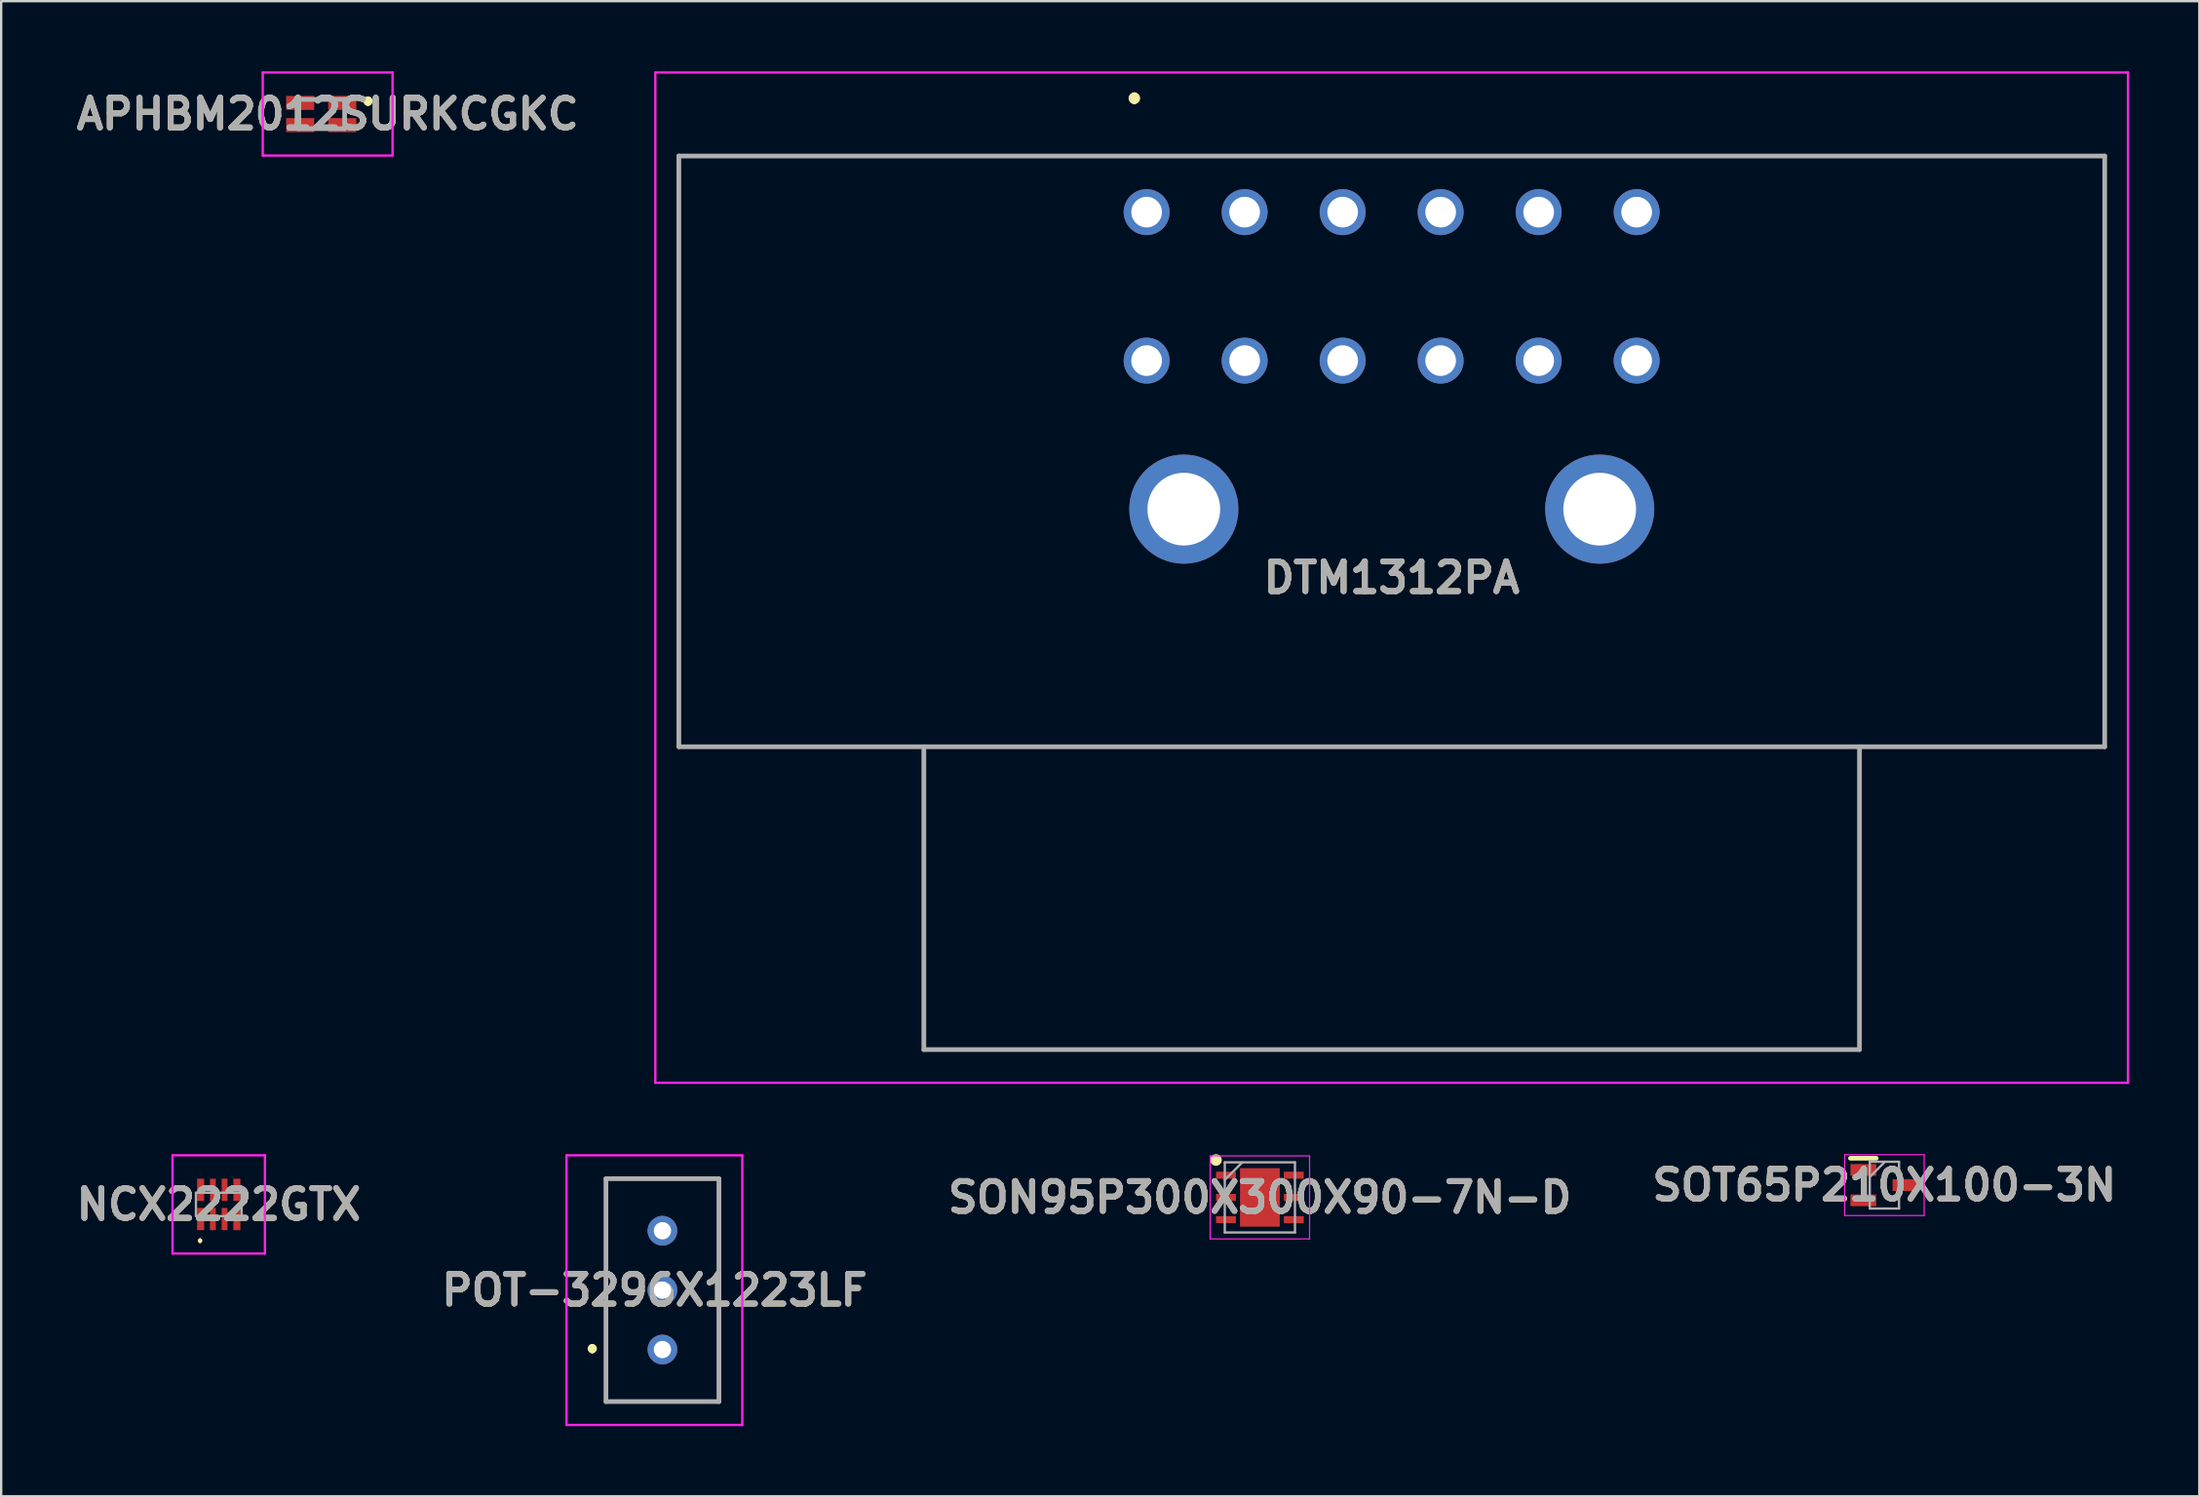
<source format=kicad_pcb>
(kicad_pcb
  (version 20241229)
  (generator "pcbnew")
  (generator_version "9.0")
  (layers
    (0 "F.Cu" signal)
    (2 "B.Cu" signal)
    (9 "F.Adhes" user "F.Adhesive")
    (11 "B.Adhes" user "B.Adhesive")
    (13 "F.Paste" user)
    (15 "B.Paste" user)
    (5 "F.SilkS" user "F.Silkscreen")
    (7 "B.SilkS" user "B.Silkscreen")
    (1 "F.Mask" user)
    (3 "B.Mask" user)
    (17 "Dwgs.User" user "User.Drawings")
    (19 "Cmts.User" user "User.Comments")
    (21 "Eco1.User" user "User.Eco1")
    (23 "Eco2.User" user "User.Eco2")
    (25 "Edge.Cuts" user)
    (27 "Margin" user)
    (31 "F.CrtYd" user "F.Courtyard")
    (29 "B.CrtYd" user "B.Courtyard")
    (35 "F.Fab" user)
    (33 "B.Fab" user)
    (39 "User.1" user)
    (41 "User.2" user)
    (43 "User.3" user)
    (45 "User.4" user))
  (footprint "POT-3296X1223LF"
    (layer "F.Cu")
    (at 25.271 52.115)
    (property "Reference" "POT-3296X1223LF" (at -0.342 0 0) (layer "F.SilkS") (effects (font (size 1.27 1.27) (thickness 0.254))))
    (attr through_hole)
    (fp_line (start -3 2.4) (end -3 2.4) (stroke (width 0.2) (type solid)) (layer "F.SilkS"))
    (fp_line (start -3 2.6) (end -3 2.6) (stroke (width 0.2) (type solid)) (layer "F.SilkS"))
    (fp_line (start -2.415 -4.765) (end 2.415 -4.765) (stroke (width 0.1) (type solid)) (layer "F.SilkS"))
    (fp_line (start -2.415 4.765) (end -2.415 -4.765) (stroke (width 0.1) (type solid)) (layer "F.SilkS"))
    (fp_line (start 2.415 -4.765) (end 2.415 4.765) (stroke (width 0.1) (type solid)) (layer "F.SilkS"))
    (fp_line (start 2.415 4.765) (end -2.415 4.765) (stroke (width 0.1) (type solid)) (layer "F.SilkS"))
    (fp_arc (start -3 2.4) (mid -2.9 2.5) (end -3 2.6) (stroke (width 0.2) (type solid)) (layer "F.SilkS"))
    (fp_arc (start -3 2.6) (mid -3.1 2.5) (end -3 2.4) (stroke (width 0.2) (type solid)) (layer "F.SilkS"))
    (fp_line (start -4.1 -5.765) (end 3.415 -5.765) (stroke (width 0.1) (type solid)) (layer "F.CrtYd"))
    (fp_line (start -4.1 5.765) (end -4.1 -5.765) (stroke (width 0.1) (type solid)) (layer "F.CrtYd"))
    (fp_line (start 3.415 -5.765) (end 3.415 5.765) (stroke (width 0.1) (type solid)) (layer "F.CrtYd"))
    (fp_line (start 3.415 5.765) (end -4.1 5.765) (stroke (width 0.1) (type solid)) (layer "F.CrtYd"))
    (fp_line (start -2.415 -4.765) (end 2.415 -4.765) (stroke (width 0.2) (type solid)) (layer "F.Fab"))
    (fp_line (start -2.415 4.765) (end -2.415 -4.765) (stroke (width 0.2) (type solid)) (layer "F.Fab"))
    (fp_line (start 2.415 -4.765) (end 2.415 4.765) (stroke (width 0.2) (type solid)) (layer "F.Fab"))
    (fp_line (start 2.415 4.765) (end -2.415 4.765) (stroke (width 0.2) (type solid)) (layer "F.Fab"))
    (fp_text user "${REFERENCE}" (at -0.342 0 0) (layer "F.Fab") (effects (font (size 1.27 1.27) (thickness 0.254))))
    (pad "1" thru_hole circle (at 0 2.54) (size 1.269 1.269) (drill 0.74) (layers "*.Cu" "*.Mask"))
    (pad "2" thru_hole circle (at 0 0) (size 1.269 1.269) (drill 0.74) (layers "*.Cu" "*.Mask"))
    (pad "3" thru_hole circle (at 0 -2.54) (size 1.269 1.269) (drill 0.74) (layers "*.Cu" "*.Mask")))
  (footprint "SON95P300X300X90-7N-D"
    (layer "F.Cu")
    (at 50.813 48.15)
    (property "Reference" "SON95P300X300X90-7N-D" (at 0 0 0) (layer "F.SilkS") (effects (font (size 1.27 1.27) (thickness 0.254))))
    (attr smd)
    (fp_circle (center -1.875 -1.6) (end -1.875 -1.475) (stroke (width 0.25) (type solid)) (fill no) (layer "F.SilkS"))
    (fp_line (start -2.125 -1.775) (end 2.125 -1.775) (stroke (width 0.05) (type solid)) (layer "F.CrtYd"))
    (fp_line (start -2.125 1.775) (end -2.125 -1.775) (stroke (width 0.05) (type solid)) (layer "F.CrtYd"))
    (fp_line (start 2.125 -1.775) (end 2.125 1.775) (stroke (width 0.05) (type solid)) (layer "F.CrtYd"))
    (fp_line (start 2.125 1.775) (end -2.125 1.775) (stroke (width 0.05) (type solid)) (layer "F.CrtYd"))
    (fp_line (start -1.5 -1.5) (end 1.5 -1.5) (stroke (width 0.1) (type solid)) (layer "F.Fab"))
    (fp_line (start -1.5 -0.75) (end -0.75 -1.5) (stroke (width 0.1) (type solid)) (layer "F.Fab"))
    (fp_line (start -1.5 1.5) (end -1.5 -1.5) (stroke (width 0.1) (type solid)) (layer "F.Fab"))
    (fp_line (start 1.5 -1.5) (end 1.5 1.5) (stroke (width 0.1) (type solid)) (layer "F.Fab"))
    (fp_line (start 1.5 1.5) (end -1.5 1.5) (stroke (width 0.1) (type solid)) (layer "F.Fab"))
    (fp_text user "${REFERENCE}" (at 0 0 0) (layer "F.Fab") (effects (font (size 1.27 1.27) (thickness 0.254))))
    (pad "1" smd rect (at -1.45 -0.95 90) (size 0.3 0.85) (layers "F.Cu" "F.Mask" "F.Paste"))
    (pad "2" smd rect (at -1.45 0 90) (size 0.3 0.85) (layers "F.Cu" "F.Mask" "F.Paste"))
    (pad "3" smd rect (at -1.45 0.95 90) (size 0.3 0.85) (layers "F.Cu" "F.Mask" "F.Paste"))
    (pad "4" smd rect (at 1.45 0.95 90) (size 0.3 0.85) (layers "F.Cu" "F.Mask" "F.Paste"))
    (pad "5" smd rect (at 1.45 0 90) (size 0.3 0.85) (layers "F.Cu" "F.Mask" "F.Paste"))
    (pad "6" smd rect (at 1.45 -0.95 90) (size 0.3 0.85) (layers "F.Cu" "F.Mask" "F.Paste"))
    (pad "7" smd rect (at 0 0) (size 1.7 2.5) (layers "F.Cu" "F.Mask" "F.Paste")))
  (footprint "NCX2222GTX"
    (layer "F.Cu")
    (at 6.302 48.45)
    (property "Reference" "NCX2222GTX" (at 0 0 0) (layer "F.SilkS") (effects (font (size 1.27 1.27) (thickness 0.254))))
    (attr smd)
    (fp_line (start -0.8 1.5) (end -0.8 1.5) (stroke (width 0.1) (type solid)) (layer "F.SilkS"))
    (fp_line (start -0.8 1.6) (end -0.8 1.6) (stroke (width 0.1) (type solid)) (layer "F.SilkS"))
    (fp_arc (start -0.8 1.5) (mid -0.75 1.55) (end -0.8 1.6) (stroke (width 0.1) (type solid)) (layer "F.SilkS"))
    (fp_arc (start -0.8 1.6) (mid -0.85 1.55) (end -0.8 1.5) (stroke (width 0.1) (type solid)) (layer "F.SilkS"))
    (fp_line (start -1.975 -2.1) (end 1.975 -2.1) (stroke (width 0.1) (type solid)) (layer "F.CrtYd"))
    (fp_line (start -1.975 2.1) (end -1.975 -2.1) (stroke (width 0.1) (type solid)) (layer "F.CrtYd"))
    (fp_line (start 1.975 -2.1) (end 1.975 2.1) (stroke (width 0.1) (type solid)) (layer "F.CrtYd"))
    (fp_line (start 1.975 2.1) (end -1.975 2.1) (stroke (width 0.1) (type solid)) (layer "F.CrtYd"))
    (fp_line (start -0.975 -0.5) (end 0.975 -0.5) (stroke (width 0.1) (type solid)) (layer "F.Fab"))
    (fp_line (start -0.975 0.5) (end -0.975 -0.5) (stroke (width 0.1) (type solid)) (layer "F.Fab"))
    (fp_line (start 0.975 -0.5) (end 0.975 0.5) (stroke (width 0.1) (type solid)) (layer "F.Fab"))
    (fp_line (start 0.975 0.5) (end -0.975 0.5) (stroke (width 0.1) (type solid)) (layer "F.Fab"))
    (fp_text user "${REFERENCE}" (at 0 0 0) (layer "F.Fab") (effects (font (size 1.27 1.27) (thickness 0.254))))
    (pad "1" smd rect (at -0.775 0.625) (size 0.3 0.95) (layers "F.Cu" "F.Mask" "F.Paste"))
    (pad "2" smd rect (at -0.25 0.625) (size 0.25 0.95) (layers "F.Cu" "F.Mask" "F.Paste"))
    (pad "3" smd rect (at 0.25 0.625) (size 0.25 0.95) (layers "F.Cu" "F.Mask" "F.Paste"))
    (pad "4" smd rect (at 0.775 0.625) (size 0.3 0.95) (layers "F.Cu" "F.Mask" "F.Paste"))
    (pad "5" smd rect (at 0.775 -0.625) (size 0.3 0.95) (layers "F.Cu" "F.Mask" "F.Paste"))
    (pad "6" smd rect (at 0.25 -0.625) (size 0.25 0.95) (layers "F.Cu" "F.Mask" "F.Paste"))
    (pad "7" smd rect (at -0.25 -0.625) (size 0.25 0.95) (layers "F.Cu" "F.Mask" "F.Paste"))
    (pad "8" smd rect (at -0.775 -0.625) (size 0.3 0.95) (layers "F.Cu" "F.Mask" "F.Paste")))
  (footprint "DTM1312PA"
    (layer "F.Cu")
    (at 45.972 6.02)
    (property "Reference" "DTM1312PA" (at 10.475 15.63 0) (layer "F.SilkS") (effects (font (size 1.27 1.27) (thickness 0.254))))
    (attr through_hole)
    (fp_line (start -20 -2.4) (end 40.96 -2.4) (stroke (width 0.1) (type solid)) (layer "F.SilkS"))
    (fp_line (start -20 22.86) (end -20 -2.4) (stroke (width 0.1) (type solid)) (layer "F.SilkS"))
    (fp_line (start -0.525 -4.97) (end -0.525 -4.97) (stroke (width 0.3) (type solid)) (layer "F.SilkS"))
    (fp_line (start -0.525 -4.77) (end -0.525 -4.77) (stroke (width 0.3) (type solid)) (layer "F.SilkS"))
    (fp_line (start 40.96 -2.4) (end 40.96 22.86) (stroke (width 0.1) (type solid)) (layer "F.SilkS"))
    (fp_line (start 40.96 22.86) (end -20 22.86) (stroke (width 0.1) (type solid)) (layer "F.SilkS"))
    (fp_arc (start -0.525 -4.97) (mid -0.425 -4.87) (end -0.525 -4.77) (stroke (width 0.3) (type solid)) (layer "F.SilkS"))
    (fp_arc (start -0.525 -4.77) (mid -0.625 -4.87) (end -0.525 -4.97) (stroke (width 0.3) (type solid)) (layer "F.SilkS"))
    (fp_line (start -21.005 -5.97) (end 41.955 -5.97) (stroke (width 0.1) (type solid)) (layer "F.CrtYd"))
    (fp_line (start -21.005 37.23) (end -21.005 -5.97) (stroke (width 0.1) (type solid)) (layer "F.CrtYd"))
    (fp_line (start 41.955 -5.97) (end 41.955 37.23) (stroke (width 0.1) (type solid)) (layer "F.CrtYd"))
    (fp_line (start 41.955 37.23) (end -21.005 37.23) (stroke (width 0.1) (type solid)) (layer "F.CrtYd"))
    (fp_line (start -20 -2.4) (end -20 22.86) (stroke (width 0.2) (type solid)) (layer "F.Fab"))
    (fp_line (start -20 22.86) (end 40.96 22.86) (stroke (width 0.2) (type solid)) (layer "F.Fab"))
    (fp_line (start -9.525 22.86) (end -9.525 35.81) (stroke (width 0.2) (type solid)) (layer "F.Fab"))
    (fp_line (start -9.525 35.81) (end 30.475 35.81) (stroke (width 0.2) (type solid)) (layer "F.Fab"))
    (fp_line (start 30.475 35.81) (end 30.475 22.86) (stroke (width 0.2) (type solid)) (layer "F.Fab"))
    (fp_line (start 40.96 -2.4) (end -20 -2.4) (stroke (width 0.2) (type solid)) (layer "F.Fab"))
    (fp_line (start 40.96 22.86) (end 40.96 -2.4) (stroke (width 0.2) (type solid)) (layer "F.Fab"))
    (fp_text user "${REFERENCE}" (at 10.475 15.63 0) (layer "F.Fab") (effects (font (size 1.27 1.27) (thickness 0.254))))
    (pad "1" thru_hole circle (at 0 0) (size 1.965 1.965) (drill 1.31) (layers "*.Cu" "*.Mask"))
    (pad "2" thru_hole circle (at 4.19 0) (size 1.965 1.965) (drill 1.31) (layers "*.Cu" "*.Mask"))
    (pad "3" thru_hole circle (at 8.38 0) (size 1.965 1.965) (drill 1.31) (layers "*.Cu" "*.Mask"))
    (pad "4" thru_hole circle (at 12.57 0) (size 1.965 1.965) (drill 1.31) (layers "*.Cu" "*.Mask"))
    (pad "5" thru_hole circle (at 16.76 0) (size 1.965 1.965) (drill 1.31) (layers "*.Cu" "*.Mask"))
    (pad "6" thru_hole circle (at 20.95 0) (size 1.965 1.965) (drill 1.31) (layers "*.Cu" "*.Mask"))
    (pad "7" thru_hole circle (at 20.95 6.35) (size 1.965 1.965) (drill 1.31) (layers "*.Cu" "*.Mask"))
    (pad "8" thru_hole circle (at 16.76 6.35) (size 1.965 1.965) (drill 1.31) (layers "*.Cu" "*.Mask"))
    (pad "9" thru_hole circle (at 12.57 6.35) (size 1.965 1.965) (drill 1.31) (layers "*.Cu" "*.Mask"))
    (pad "10" thru_hole circle (at 8.38 6.35) (size 1.965 1.965) (drill 1.31) (layers "*.Cu" "*.Mask"))
    (pad "11" thru_hole circle (at 4.19 6.35) (size 1.965 1.965) (drill 1.31) (layers "*.Cu" "*.Mask"))
    (pad "12" thru_hole circle (at 0 6.35) (size 1.965 1.965) (drill 1.31) (layers "*.Cu" "*.Mask"))
    (pad "MH1" thru_hole circle (at 1.59 12.7) (size 4.665 4.665) (drill 3.11) (layers "*.Cu" "*.Mask"))
    (pad "MH2" thru_hole circle (at 19.37 12.7) (size 4.665 4.665) (drill 3.11) (layers "*.Cu" "*.Mask")))
  (footprint "APHBM2012SURKCGKC"
    (layer "F.Cu")
    (at 10.683 1.825)
    (property "Reference" "APHBM2012SURKCGKC" (at 0.275 0 0) (layer "F.SilkS") (effects (font (size 1.27 1.27) (thickness 0.254))))
    (attr smd)
    (fp_line (start 2 -0.6) (end 2 -0.6) (stroke (width 0.3) (type solid)) (layer "F.SilkS"))
    (fp_line (start 2 -0.5) (end 2 -0.5) (stroke (width 0.3) (type solid)) (layer "F.SilkS"))
    (fp_arc (start 2 -0.6) (mid 2.05 -0.55) (end 2 -0.5) (stroke (width 0.3) (type solid)) (layer "F.SilkS"))
    (fp_arc (start 2 -0.5) (mid 1.95 -0.55) (end 2 -0.6) (stroke (width 0.3) (type solid)) (layer "F.SilkS"))
    (fp_line (start -2.5 -1.775) (end 3.05 -1.775) (stroke (width 0.1) (type solid)) (layer "F.CrtYd"))
    (fp_line (start -2.5 1.775) (end -2.5 -1.775) (stroke (width 0.1) (type solid)) (layer "F.CrtYd"))
    (fp_line (start 3.05 -1.775) (end 3.05 1.775) (stroke (width 0.1) (type solid)) (layer "F.CrtYd"))
    (fp_line (start 3.05 1.775) (end -2.5 1.775) (stroke (width 0.1) (type solid)) (layer "F.CrtYd"))
    (fp_line (start -1 -0.625) (end 1 -0.625) (stroke (width 0.2) (type solid)) (layer "F.Fab"))
    (fp_line (start -1 0.625) (end -1 -0.625) (stroke (width 0.2) (type solid)) (layer "F.Fab"))
    (fp_line (start 1 -0.625) (end 1 0.625) (stroke (width 0.2) (type solid)) (layer "F.Fab"))
    (fp_line (start 1 0.625) (end -1 0.625) (stroke (width 0.2) (type solid)) (layer "F.Fab"))
    (fp_text user "${REFERENCE}" (at 0.275 0 0) (layer "F.Fab") (effects (font (size 1.27 1.27) (thickness 0.254))))
    (pad "1" smd rect (at 0.9 -0.475 90) (size 0.6 1.2) (layers "F.Cu" "F.Mask" "F.Paste"))
    (pad "2" smd rect (at -0.9 -0.475 90) (size 0.6 1.2) (layers "F.Cu" "F.Mask" "F.Paste"))
    (pad "3" smd rect (at -0.9 0.475 90) (size 0.6 1.2) (layers "F.Cu" "F.Mask" "F.Paste"))
    (pad "4" smd rect (at 0.9 0.475 90) (size 0.6 1.2) (layers "F.Cu" "F.Mask" "F.Paste")))
  (footprint "SOT65P210X100-3N"
    (layer "F.Cu")
    (at 77.513 47.625)
    (property "Reference" "SOT65P210X100-3N" (at 0 0 0) (layer "F.SilkS") (effects (font (size 1.27 1.27) (thickness 0.254))))
    (attr smd)
    (fp_line (start -1.45 -1.15) (end -0.35 -1.15) (stroke (width 0.2) (type solid)) (layer "F.SilkS"))
    (fp_line (start -1.7 -1.3) (end 1.7 -1.3) (stroke (width 0.05) (type solid)) (layer "F.CrtYd"))
    (fp_line (start -1.7 1.3) (end -1.7 -1.3) (stroke (width 0.05) (type solid)) (layer "F.CrtYd"))
    (fp_line (start 1.7 -1.3) (end 1.7 1.3) (stroke (width 0.05) (type solid)) (layer "F.CrtYd"))
    (fp_line (start 1.7 1.3) (end -1.7 1.3) (stroke (width 0.05) (type solid)) (layer "F.CrtYd"))
    (fp_line (start -0.625 -1) (end 0.625 -1) (stroke (width 0.1) (type solid)) (layer "F.Fab"))
    (fp_line (start -0.625 -0.35) (end 0.025 -1) (stroke (width 0.1) (type solid)) (layer "F.Fab"))
    (fp_line (start -0.625 1) (end -0.625 -1) (stroke (width 0.1) (type solid)) (layer "F.Fab"))
    (fp_line (start 0.625 -1) (end 0.625 1) (stroke (width 0.1) (type solid)) (layer "F.Fab"))
    (fp_line (start 0.625 1) (end -0.625 1) (stroke (width 0.1) (type solid)) (layer "F.Fab"))
    (fp_text user "${REFERENCE}" (at 0 0 0) (layer "F.Fab") (effects (font (size 1.27 1.27) (thickness 0.254))))
    (pad "1" smd rect (at -0.9 -0.65 90) (size 0.5 1.1) (layers "F.Cu" "F.Mask" "F.Paste"))
    (pad "2" smd rect (at -0.9 0.65 90) (size 0.5 1.1) (layers "F.Cu" "F.Mask" "F.Paste"))
    (pad "3" smd rect (at 0.9 0 90) (size 0.5 1.1) (layers "F.Cu" "F.Mask" "F.Paste")))
  (gr_rect
    (start -3 -3)
    (end 90.977 60.93)
    (stroke (width 0.1) (type default))
    (fill no)
    (layer "Edge.Cuts")))
</source>
